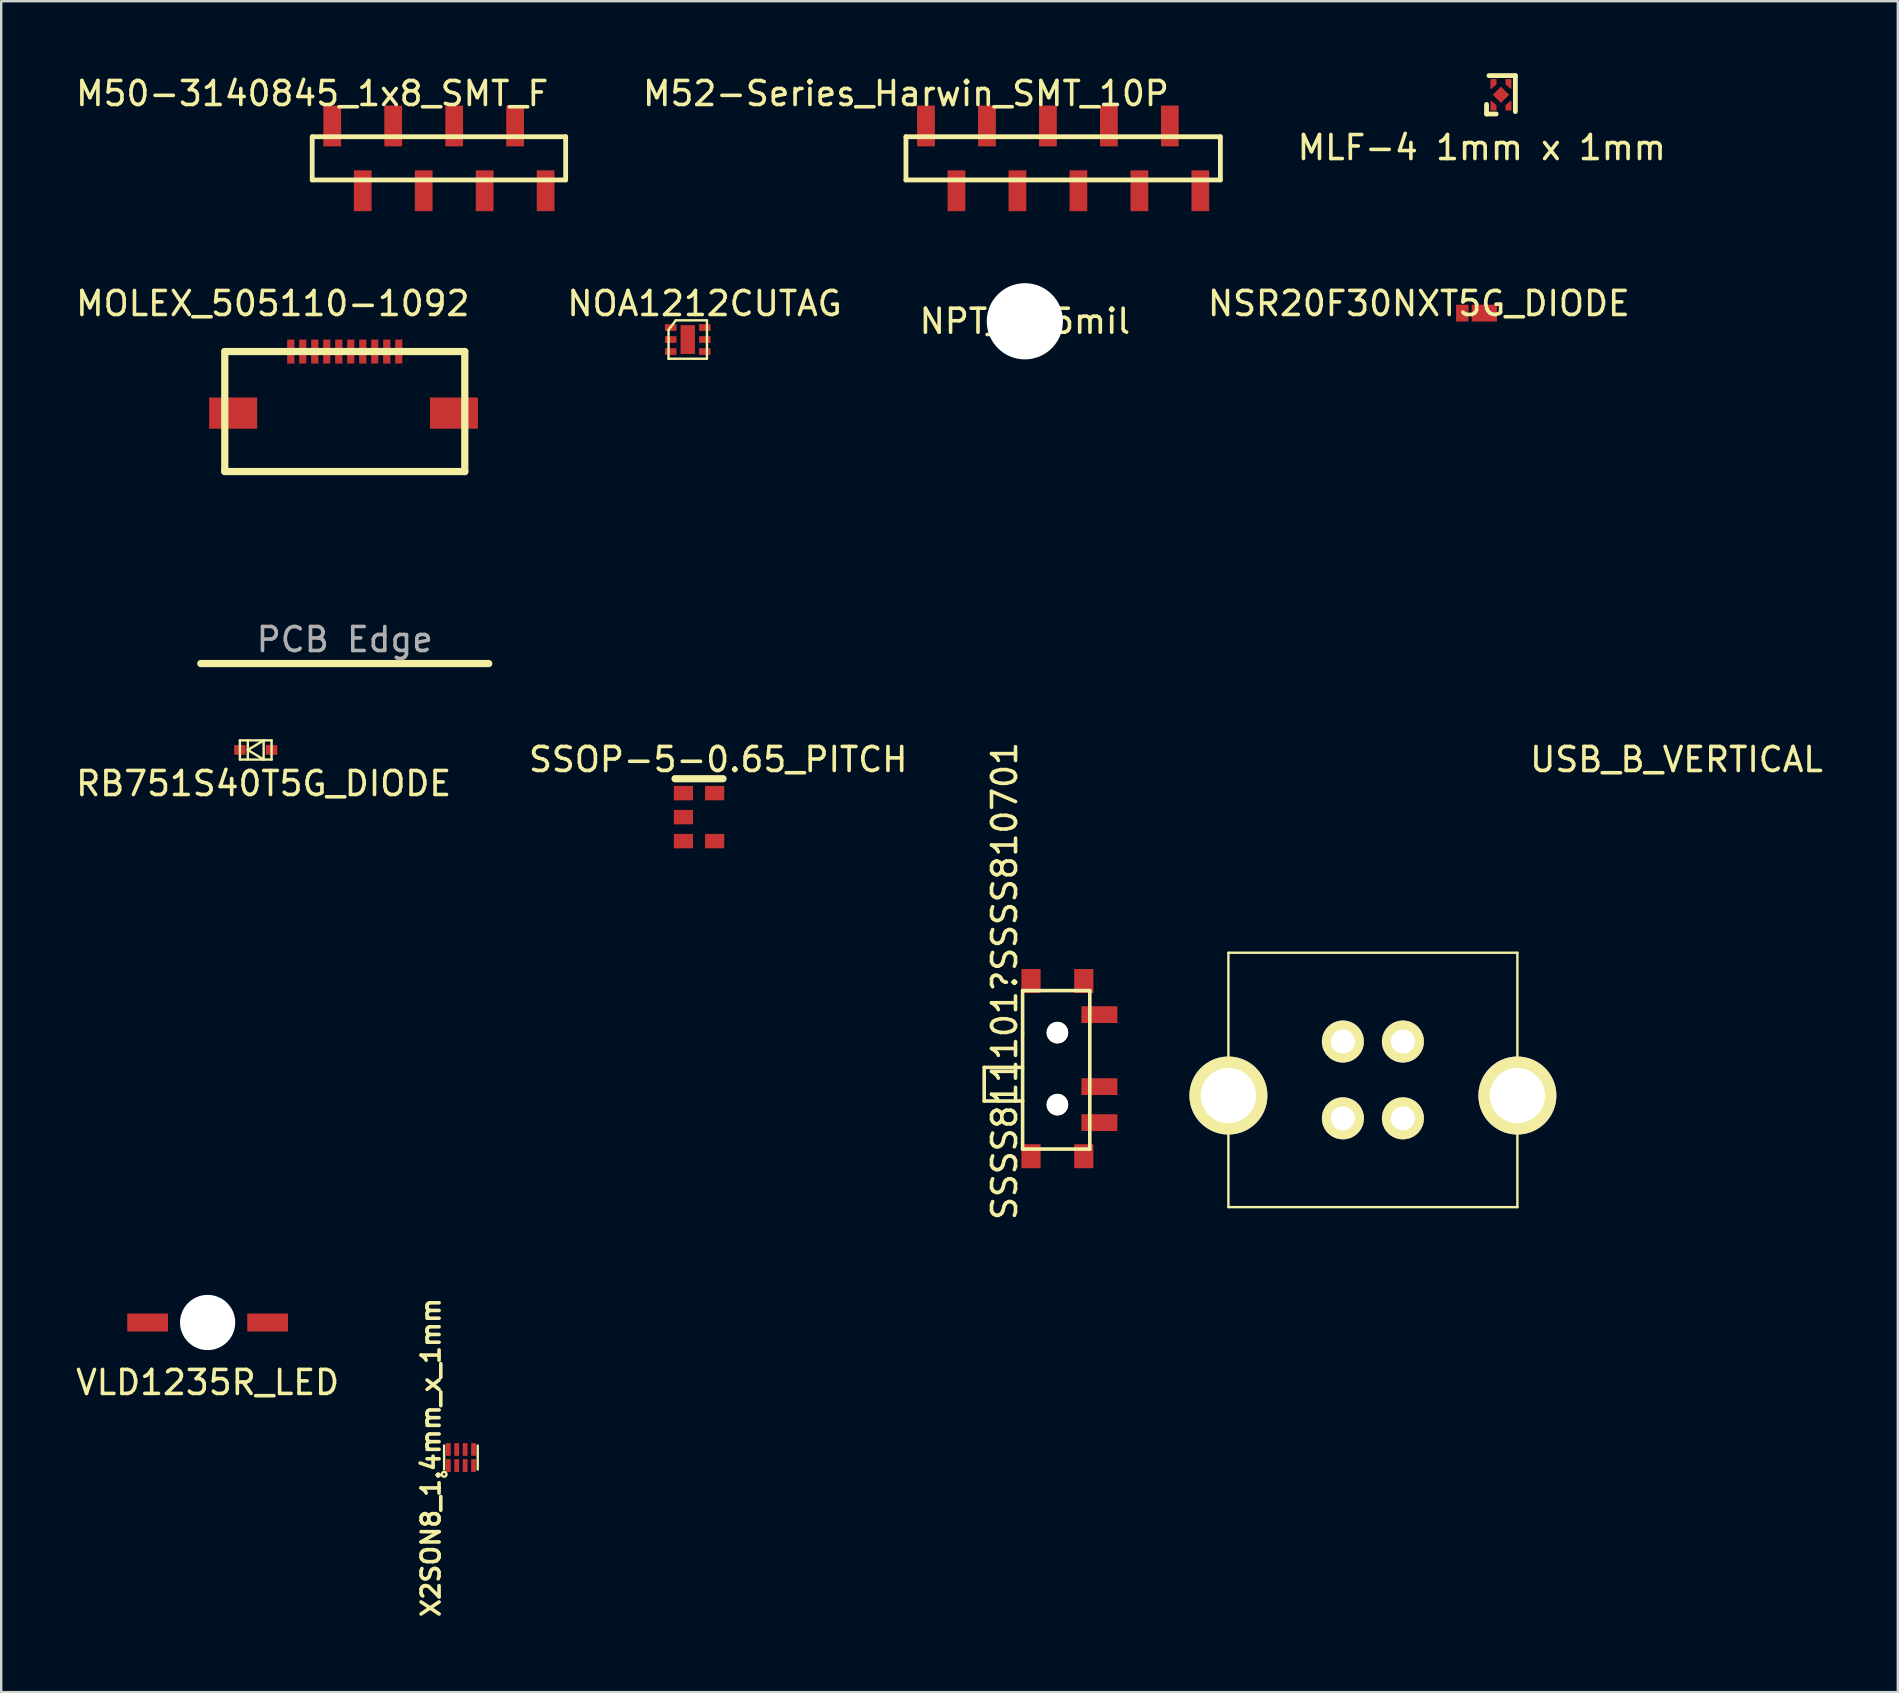
<source format=kicad_pcb>
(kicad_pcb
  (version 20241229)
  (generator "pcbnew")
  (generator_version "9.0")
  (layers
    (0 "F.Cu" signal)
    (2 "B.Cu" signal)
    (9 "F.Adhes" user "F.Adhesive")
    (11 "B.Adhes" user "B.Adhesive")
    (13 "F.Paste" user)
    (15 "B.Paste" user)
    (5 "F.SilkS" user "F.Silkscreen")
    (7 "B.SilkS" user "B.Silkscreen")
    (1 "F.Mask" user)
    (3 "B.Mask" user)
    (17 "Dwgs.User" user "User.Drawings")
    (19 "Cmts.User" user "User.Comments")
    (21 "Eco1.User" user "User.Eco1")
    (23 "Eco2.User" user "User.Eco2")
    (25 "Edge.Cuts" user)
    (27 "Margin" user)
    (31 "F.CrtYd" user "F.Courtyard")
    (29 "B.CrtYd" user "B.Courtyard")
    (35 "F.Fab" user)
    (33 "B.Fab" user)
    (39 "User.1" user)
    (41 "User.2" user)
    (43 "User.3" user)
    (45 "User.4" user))
  (footprint "USB_B_VERTICAL"
    (layer "F.Cu")
    (at 54.151 41.945)
    (property "Reference" "USB_B_VERTICAL" (at 12.65 -13.35 0) (layer "F.SilkS") (effects (font (size 1 1) (thickness 0.15))))
    (attr through_hole)
    (fp_line (start -6.02 -5.3) (end 6.02 -5.3) (stroke (width 0.1) (type solid)) (layer "F.SilkS"))
    (fp_line (start -6.02 5.3) (end -6.02 -5.3) (stroke (width 0.1) (type solid)) (layer "F.SilkS"))
    (fp_line (start 6.02 -5.3) (end 6.02 5.3) (stroke (width 0.1) (type solid)) (layer "F.SilkS"))
    (fp_line (start 6.02 5.3) (end -6.02 5.3) (stroke (width 0.1) (type solid)) (layer "F.SilkS"))
    (pad "1" thru_hole circle (at 1.25 -1.6) (size 1.75 1.75) (drill 1) (layers "*.Cu" "*.Mask" "F.SilkS"))
    (pad "2" thru_hole circle (at -1.25 -1.6) (size 1.75 1.75) (drill 1) (layers "*.Cu" "*.Mask" "F.SilkS"))
    (pad "3" thru_hole circle (at -1.25 1.6) (size 1.75 1.75) (drill 1) (layers "*.Cu" "*.Mask" "F.SilkS"))
    (pad "4" thru_hole circle (at 1.25 1.6) (size 1.75 1.75) (drill 1) (layers "*.Cu" "*.Mask" "F.SilkS"))
    (pad "5" thru_hole circle (at -6.02 0.65) (size 3.25 3.25) (drill 2.3) (layers "*.Cu" "*.Mask" "F.SilkS"))
    (pad "6" thru_hole circle (at 6.02 0.65) (size 3.25 3.25) (drill 2.3) (layers "*.Cu" "*.Mask" "F.SilkS")))
  (footprint "NPT_125mil"
    (layer "F.Cu")
    (at 39.65 10.336)
    (property "Reference" "NPT_125mil" (at 0 0 0) (layer "F.SilkS") (effects (font (size 1 1) (thickness 0.15))))
    (attr through_hole)
    (pad "" np_thru_hole circle (at 0 0) (size 3.175 3.175) (drill 3.175) (layers "*.Cu")))
  (footprint "VLD1235R_LED"
    (layer "F.Cu")
    (at 5.601 52.051)
    (property "Reference" "VLD1235R_LED" (at 0 2.5 0) (layer "F.SilkS") (effects (font (size 1 1) (thickness 0.15))))
    (attr through_hole)
    (pad "" np_thru_hole circle (at 0 0) (size 2.3 2.3) (drill 2.3) (layers "*.Cu"))
    (pad "1" smd rect (at -2.5 0) (size 1.7 0.75) (layers "F.Cu" "F.Mask" "F.Paste"))
    (pad "2" smd rect (at 2.5 0) (size 1.7 0.75) (layers "F.Cu" "F.Mask" "F.Paste")))
  (footprint "SSSS811101\rSSSS810701"
    (layer "F.Cu")
    (at 41.006 41.474)
    (property "Reference" "SSSS811101\rSSSS810701" (at -2.2 -3.65 90) (layer "F.SilkS") (effects (font (size 1 1) (thickness 0.15))))
    (attr through_hole)
    (fp_line (start -3.05 -0.05) (end -3.05 1.35) (stroke (width 0.15) (type solid)) (layer "F.SilkS"))
    (fp_line (start -3.05 1.35) (end -1.45 1.35) (stroke (width 0.15) (type solid)) (layer "F.SilkS"))
    (fp_line (start -1.45 -3.25) (end 1.35 -3.25) (stroke (width 0.15) (type solid)) (layer "F.SilkS"))
    (fp_line (start -1.45 -1.45) (end -1.45 -3.25) (stroke (width 0.15) (type solid)) (layer "F.SilkS"))
    (fp_line (start -1.45 -0.05) (end -3.05 -0.05) (stroke (width 0.15) (type solid)) (layer "F.SilkS"))
    (fp_line (start -1.45 3.35) (end -1.45 -1.45) (stroke (width 0.15) (type solid)) (layer "F.SilkS"))
    (fp_line (start 1.35 -3.25) (end 1.35 3.35) (stroke (width 0.15) (type solid)) (layer "F.SilkS"))
    (fp_line (start 1.35 3.35) (end -1.45 3.35) (stroke (width 0.15) (type solid)) (layer "F.SilkS"))
    (pad "" np_thru_hole circle (at 0 -1.5) (size 0.9 0.9) (drill 0.9) (layers "*.Cu" "*.Mask" "F.SilkS"))
    (pad "" np_thru_hole circle (at 0 1.5) (size 0.9 0.9) (drill 0.9) (layers "*.Cu" "*.Mask" "F.SilkS"))
    (pad "1" smd rect (at 1.75 -2.25) (size 1.5 0.7) (layers "F.Cu" "F.Mask" "F.Paste"))
    (pad "2" smd rect (at 1.75 0.75) (size 1.5 0.7) (layers "F.Cu" "F.Mask" "F.Paste"))
    (pad "3" smd rect (at 1.75 2.25) (size 1.5 0.7) (layers "F.Cu" "F.Mask" "F.Paste"))
    (pad "4" smd rect (at -1.1 -3.65) (size 0.8 1) (layers "F.Cu" "F.Mask" "F.Paste"))
    (pad "4" smd rect (at -1.1 3.65) (size 0.8 1) (layers "F.Cu" "F.Mask" "F.Paste"))
    (pad "4" smd rect (at 1.1 -3.65) (size 0.8 1) (layers "F.Cu" "F.Mask" "F.Paste"))
    (pad "4" smd rect (at 1.1 3.65) (size 0.8 1) (layers "F.Cu" "F.Mask" "F.Paste")))
  (footprint "MLF-4 1mm x 1mm"
    (layer "F.Cu")
    (at 59.487 0.9)
    (property "Reference" "MLF-4 1mm x 1mm" (at -0.8 2.2 0) (layer "F.SilkS") (effects (font (size 1 1) (thickness 0.15))))
    (attr through_hole)
    (fp_line (start -0.6 0.4) (end -0.6 0.8) (stroke (width 0.2) (type solid)) (layer "F.SilkS"))
    (fp_line (start -0.6 0.8) (end -0.2 0.8) (stroke (width 0.2) (type solid)) (layer "F.SilkS"))
    (fp_line (start -0.5 -0.8) (end 0.6 -0.8) (stroke (width 0.2) (type solid)) (layer "F.SilkS"))
    (fp_line (start 0.6 -0.8) (end 0.6 0.7) (stroke (width 0.2) (type solid)) (layer "F.SilkS"))
    (pad "1" smd custom (at -0.312 0.65) (size 0.25 0.01) (layers "F.Cu" "F.Mask" "F.Paste") (options (anchor rect)) (primitives (gr_poly (pts (xy 0.125 0) (xy 0.125 -0.22) (xy -0.09 -0.4) (xy -0.125 -0.4) (xy -0.125 0)) (width 0) (fill yes))))
    (pad "2" smd custom (at 0.312 0.65) (size 0.25 0.01) (layers "F.Cu" "F.Mask" "F.Paste") (options (anchor rect)) (primitives (gr_poly (pts (xy 0.125 0) (xy 0.125 -0.4) (xy 0.09 -0.4) (xy -0.125 -0.22) (xy -0.125 0)) (width 0) (fill yes))))
    (pad "3" smd custom (at 0.312 -0.65 180) (size 0.25 0.01) (layers "F.Cu" "F.Mask" "F.Paste") (options (anchor rect)) (primitives (gr_poly (pts (xy 0.125 0) (xy 0.125 -0.22) (xy -0.09 -0.4) (xy -0.125 -0.4) (xy -0.125 0)) (width 0) (fill yes))))
    (pad "4" smd custom (at -0.312 -0.65 180) (size 0.25 0.01) (layers "F.Cu" "F.Mask" "F.Paste") (options (anchor rect)) (primitives (gr_poly (pts (xy 0.125 0) (xy 0.125 -0.4) (xy 0.09 -0.4) (xy -0.125 -0.22) (xy -0.125 0)) (width 0) (fill yes))))
    (pad "5" smd rect (at 0 0 45) (size 0.48 0.48) (layers "F.Cu" "F.Mask" "F.Paste")))
  (footprint "X2SON8_1.4mm_x_1mm"
    (layer "F.Cu")
    (at 16.154 57.676)
    (property "Reference" "X2SON8_1.4mm_x_1mm" (at -1.25 0 90) (layer "F.SilkS") (effects (font (size 0.75 0.75) (thickness 0.15))))
    (attr through_hole)
    (fp_line (start -0.7 -0.5) (end -0.7 0.5) (stroke (width 0.1) (type solid)) (layer "F.SilkS"))
    (fp_line (start 0.7 -0.5) (end 0.7 0.5) (stroke (width 0.1) (type solid)) (layer "F.SilkS"))
    (fp_circle (center -0.7 0.7) (end -0.6 0.7) (stroke (width 0.1) (type solid)) (fill no) (layer "F.SilkS"))
    (pad "" smd rect (at -0.525 -0.335) (size 0.165 0.53) (layers "F.Paste"))
    (pad "" smd rect (at -0.525 0.335) (size 0.165 0.53) (layers "F.Paste"))
    (pad "" smd rect (at -0.175 -0.335) (size 0.165 0.53) (layers "F.Paste"))
    (pad "" smd rect (at -0.175 0.335) (size 0.165 0.53) (layers "F.Paste"))
    (pad "" smd rect (at 0.175 -0.335) (size 0.165 0.53) (layers "F.Paste"))
    (pad "" smd rect (at 0.175 0.335) (size 0.165 0.53) (layers "F.Paste"))
    (pad "" smd rect (at 0.525 -0.335) (size 0.165 0.53) (layers "F.Paste"))
    (pad "" smd rect (at 0.525 0.335) (size 0.165 0.53) (layers "F.Paste"))
    (pad "1" smd rect (at -0.525 0.335) (size 0.2 0.53) (layers "F.Cu" "F.Mask"))
    (pad "2" smd rect (at -0.175 0.335) (size 0.2 0.53) (layers "F.Cu" "F.Mask"))
    (pad "3" smd rect (at 0.175 0.335) (size 0.2 0.53) (layers "F.Cu" "F.Mask"))
    (pad "4" smd rect (at 0.525 0.335) (size 0.2 0.53) (layers "F.Cu" "F.Mask"))
    (pad "5" smd rect (at 0.525 -0.335) (size 0.2 0.53) (layers "F.Cu" "F.Mask"))
    (pad "6" smd rect (at 0.175 -0.335) (size 0.2 0.53) (layers "F.Cu" "F.Mask"))
    (pad "7" smd rect (at -0.175 -0.335) (size 0.2 0.53) (layers "F.Cu" "F.Mask"))
    (pad "8" smd rect (at -0.525 -0.335) (size 0.2 0.53) (layers "F.Cu" "F.Mask")))
  (footprint "SSOP-5-0.65_PITCH"
    (layer "F.Cu")
    (at 26.075 30.995)
    (property "Reference" "SSOP-5-0.65_PITCH" (at 0.8 -2.4 0) (layer "F.SilkS") (effects (font (size 1 1) (thickness 0.15))))
    (attr through_hole)
    (fp_line (start -1 -1.6) (end 1 -1.6) (stroke (width 0.3) (type solid)) (layer "F.SilkS"))
    (pad "1" smd rect (at -0.65 -1) (size 0.8 0.6) (layers "F.Cu" "F.Mask" "F.Paste"))
    (pad "2" smd rect (at -0.65 0) (size 0.8 0.6) (layers "F.Cu" "F.Mask" "F.Paste"))
    (pad "3" smd rect (at -0.65 1) (size 0.8 0.6) (layers "F.Cu" "F.Mask" "F.Paste"))
    (pad "4" smd rect (at 0.65 1) (size 0.8 0.6) (layers "F.Cu" "F.Mask" "F.Paste"))
    (pad "5" smd rect (at 0.65 -1) (size 0.8 0.6) (layers "F.Cu" "F.Mask" "F.Paste")))
  (footprint "NOA1212CUTAG"
    (layer "F.Cu")
    (at 25.605 11.097)
    (property "Reference" "NOA1212CUTAG" (at 0.7 -1.5 0) (layer "F.SilkS") (effects (font (size 1 1) (thickness 0.15))))
    (attr through_hole)
    (fp_line (start -0.8 -0.4) (end -0.5 -0.8) (stroke (width 0.1) (type solid)) (layer "F.SilkS"))
    (fp_line (start -0.8 0.8) (end -0.8 -0.4) (stroke (width 0.1) (type solid)) (layer "F.SilkS"))
    (fp_line (start -0.5 -0.8) (end 0.8 -0.8) (stroke (width 0.1) (type solid)) (layer "F.SilkS"))
    (fp_line (start 0.8 -0.8) (end 0.8 0.8) (stroke (width 0.1) (type solid)) (layer "F.SilkS"))
    (fp_line (start 0.8 0.8) (end -0.8 0.8) (stroke (width 0.1) (type solid)) (layer "F.SilkS"))
    (pad "1" smd rect (at -0.71 -0.5) (size 0.48 0.28) (layers "F.Cu" "F.Mask" "F.Paste"))
    (pad "2" smd rect (at -0.71 0) (size 0.48 0.28) (layers "F.Cu" "F.Mask" "F.Paste"))
    (pad "3" smd rect (at -0.71 0.5) (size 0.48 0.28) (layers "F.Cu" "F.Mask" "F.Paste"))
    (pad "4" smd rect (at 0.71 0.5) (size 0.48 0.28) (layers "F.Cu" "F.Mask" "F.Paste"))
    (pad "5" smd rect (at 0.71 0) (size 0.48 0.28) (layers "F.Cu" "F.Mask" "F.Paste"))
    (pad "6" smd rect (at 0.71 -0.5) (size 0.48 0.28) (layers "F.Cu" "F.Mask" "F.Paste"))
    (pad "7" smd rect (at 0 0) (size 0.6 1.2) (layers "F.Cu" "F.Mask" "F.Paste")))
  (footprint "NSR20F30NXT5G_DIODE"
    (layer "F.Cu")
    (at 58.467 9.996)
    (property "Reference" "NSR20F30NXT5G_DIODE" (at -2.4 -0.4 0) (layer "F.SilkS") (effects (font (size 1 1) (thickness 0.15))))
    (attr through_hole)
    (pad "1" smd rect (at -0.59 0) (size 0.52 0.7) (layers "F.Cu" "F.Mask" "F.Paste"))
    (pad "2" smd rect (at 0.325 0) (size 1.05 0.7) (layers "F.Cu" "F.Mask" "F.Paste")))
  (footprint "M52-Series_Harwin_SMT_10P"
    (layer "F.Cu")
    (at 41.246 3.548)
    (property "Reference" "M52-Series_Harwin_SMT_10P" (at -6.55 -2.7 0) (layer "F.SilkS") (effects (font (size 1 1) (thickness 0.15))))
    (attr through_hole)
    (fp_line (start -6.55 -0.9) (end 6.55 -0.9) (stroke (width 0.2) (type solid)) (layer "F.SilkS"))
    (fp_line (start -6.55 0.9) (end -6.55 -0.9) (stroke (width 0.2) (type solid)) (layer "F.SilkS"))
    (fp_line (start 6.55 -0.9) (end 6.55 0.9) (stroke (width 0.2) (type solid)) (layer "F.SilkS"))
    (fp_line (start 6.55 0.9) (end -6.55 0.9) (stroke (width 0.2) (type solid)) (layer "F.SilkS"))
    (pad "1" smd rect (at -5.715 -1.35) (size 0.74 1.7) (layers "F.Cu" "F.Mask" "F.Paste"))
    (pad "2" smd rect (at -4.445 1.35) (size 0.74 1.7) (layers "F.Cu" "F.Mask" "F.Paste"))
    (pad "3" smd rect (at -3.175 -1.35) (size 0.74 1.7) (layers "F.Cu" "F.Mask" "F.Paste"))
    (pad "4" smd rect (at -1.905 1.35) (size 0.74 1.7) (layers "F.Cu" "F.Mask" "F.Paste"))
    (pad "5" smd rect (at -0.635 -1.35) (size 0.74 1.7) (layers "F.Cu" "F.Mask" "F.Paste"))
    (pad "6" smd rect (at 0.635 1.35) (size 0.74 1.7) (layers "F.Cu" "F.Mask" "F.Paste"))
    (pad "7" smd rect (at 1.905 -1.35) (size 0.74 1.7) (layers "F.Cu" "F.Mask" "F.Paste"))
    (pad "8" smd rect (at 3.175 1.35) (size 0.74 1.7) (layers "F.Cu" "F.Mask" "F.Paste"))
    (pad "9" smd rect (at 4.445 -1.35) (size 0.74 1.7) (layers "F.Cu" "F.Mask" "F.Paste"))
    (pad "10" smd rect (at 5.715 1.35) (size 0.74 1.7) (layers "F.Cu" "F.Mask" "F.Paste")))
  (footprint "RB751S40T5G_DIODE"
    (layer "F.Cu")
    (at 7.605 28.197)
    (property "Reference" "RB751S40T5G_DIODE" (at 0.33 1.4 0) (layer "F.SilkS") (effects (font (size 1 1) (thickness 0.15))))
    (attr through_hole)
    (fp_line (start -0.66 -0.4) (end 0.66 -0.4) (stroke (width 0.1) (type solid)) (layer "F.SilkS"))
    (fp_line (start -0.66 0.4) (end -0.66 -0.4) (stroke (width 0.1) (type solid)) (layer "F.SilkS"))
    (fp_line (start -0.33 -0.4) (end -0.33 0.4) (stroke (width 0.1) (type solid)) (layer "F.SilkS"))
    (fp_line (start -0.33 0) (end 0.33 0.4) (stroke (width 0.1) (type solid)) (layer "F.SilkS"))
    (fp_line (start 0.33 -0.4) (end -0.33 0) (stroke (width 0.1) (type solid)) (layer "F.SilkS"))
    (fp_line (start 0.33 -0.4) (end 0.33 0.4) (stroke (width 0.1) (type solid)) (layer "F.SilkS"))
    (fp_line (start 0.66 -0.4) (end 0.66 0.4) (stroke (width 0.1) (type solid)) (layer "F.SilkS"))
    (fp_line (start 0.66 0.4) (end -0.66 0.4) (stroke (width 0.1) (type solid)) (layer "F.SilkS"))
    (pad "1" smd rect (at -0.66 0) (size 0.48 0.4) (layers "F.Cu" "F.Mask" "F.Paste"))
    (pad "2" smd rect (at 0.66 0) (size 0.48 0.4) (layers "F.Cu" "F.Mask" "F.Paste")))
  (footprint "MOLEX_505110-1092"
    (layer "F.Cu")
    (at 11.315 11.597)
    (property "Reference" "MOLEX_505110-1092" (at -3 -2 0) (layer "F.SilkS") (effects (font (size 1 1) (thickness 0.15))))
    (attr through_hole)
    (fp_line (start -6 13) (end 6 13) (stroke (width 0.3) (type solid)) (layer "F.SilkS"))
    (fp_line (start -5 0) (end 5 0) (stroke (width 0.3) (type solid)) (layer "F.SilkS"))
    (fp_line (start -5 5) (end -5 0) (stroke (width 0.3) (type solid)) (layer "F.SilkS"))
    (fp_line (start 5 0) (end 5 5) (stroke (width 0.3) (type solid)) (layer "F.SilkS"))
    (fp_line (start 5 5) (end -5 5) (stroke (width 0.3) (type solid)) (layer "F.SilkS"))
    (fp_text user "PCB Edge" (at 0 12 0) (layer "F.Fab") (effects (font (size 1 1) (thickness 0.15))))
    (pad "1" smd rect (at -2.25 0) (size 0.3 1) (layers "F.Cu" "F.Mask" "F.Paste"))
    (pad "2" smd rect (at -1.75 0) (size 0.3 1) (layers "F.Cu" "F.Mask" "F.Paste"))
    (pad "3" smd rect (at -1.25 0) (size 0.3 1) (layers "F.Cu" "F.Mask" "F.Paste"))
    (pad "4" smd rect (at -0.75 0) (size 0.3 1) (layers "F.Cu" "F.Mask" "F.Paste"))
    (pad "5" smd rect (at -0.25 0) (size 0.3 1) (layers "F.Cu" "F.Mask" "F.Paste"))
    (pad "6" smd rect (at 0.25 0) (size 0.3 1) (layers "F.Cu" "F.Mask" "F.Paste"))
    (pad "7" smd rect (at 0.75 0) (size 0.3 1) (layers "F.Cu" "F.Mask" "F.Paste"))
    (pad "8" smd rect (at 1.25 0) (size 0.3 1) (layers "F.Cu" "F.Mask" "F.Paste"))
    (pad "9" smd rect (at 1.75 0) (size 0.3 1) (layers "F.Cu" "F.Mask" "F.Paste"))
    (pad "10" smd rect (at 2.25 0) (size 0.3 1) (layers "F.Cu" "F.Mask" "F.Paste"))
    (pad "11" smd rect (at -4.65 2.565) (size 2 1.3) (layers "F.Cu" "F.Mask" "F.Paste"))
    (pad "12" smd rect (at 4.55 2.565) (size 2 1.3) (layers "F.Cu" "F.Mask" "F.Paste")))
  (footprint "M50-3140845_1x8_SMT_F"
    (layer "F.Cu")
    (at 15.238 3.548)
    (property "Reference" "M50-3140845_1x8_SMT_F" (at -5.28 -2.7 0) (layer "F.SilkS") (effects (font (size 1 1) (thickness 0.15))))
    (attr through_hole)
    (fp_line (start -5.28 -0.9) (end 5.28 -0.9) (stroke (width 0.2) (type solid)) (layer "F.SilkS"))
    (fp_line (start -5.28 0.9) (end -5.28 -0.9) (stroke (width 0.2) (type solid)) (layer "F.SilkS"))
    (fp_line (start 5.28 -0.9) (end 5.28 0.9) (stroke (width 0.2) (type solid)) (layer "F.SilkS"))
    (fp_line (start 5.28 0.9) (end -5.28 0.9) (stroke (width 0.2) (type solid)) (layer "F.SilkS"))
    (pad "1" smd rect (at -4.445 -1.35) (size 0.74 1.7) (layers "F.Cu" "F.Mask" "F.Paste"))
    (pad "2" smd rect (at -3.175 1.35) (size 0.74 1.7) (layers "F.Cu" "F.Mask" "F.Paste"))
    (pad "3" smd rect (at -1.905 -1.35) (size 0.74 1.7) (layers "F.Cu" "F.Mask" "F.Paste"))
    (pad "4" smd rect (at -0.635 1.35) (size 0.74 1.7) (layers "F.Cu" "F.Mask" "F.Paste"))
    (pad "5" smd rect (at 0.635 -1.35) (size 0.74 1.7) (layers "F.Cu" "F.Mask" "F.Paste"))
    (pad "6" smd rect (at 1.905 1.35) (size 0.74 1.7) (layers "F.Cu" "F.Mask" "F.Paste"))
    (pad "7" smd rect (at 3.175 -1.35) (size 0.74 1.7) (layers "F.Cu" "F.Mask" "F.Paste"))
    (pad "8" smd rect (at 4.445 1.35) (size 0.74 1.7) (layers "F.Cu" "F.Mask" "F.Paste")))
  (gr_rect
    (start -3 -3)
    (end 76.021 67.451)
    (stroke (width 0.1) (type default))
    (fill no)
    (layer "Edge.Cuts")))
</source>
